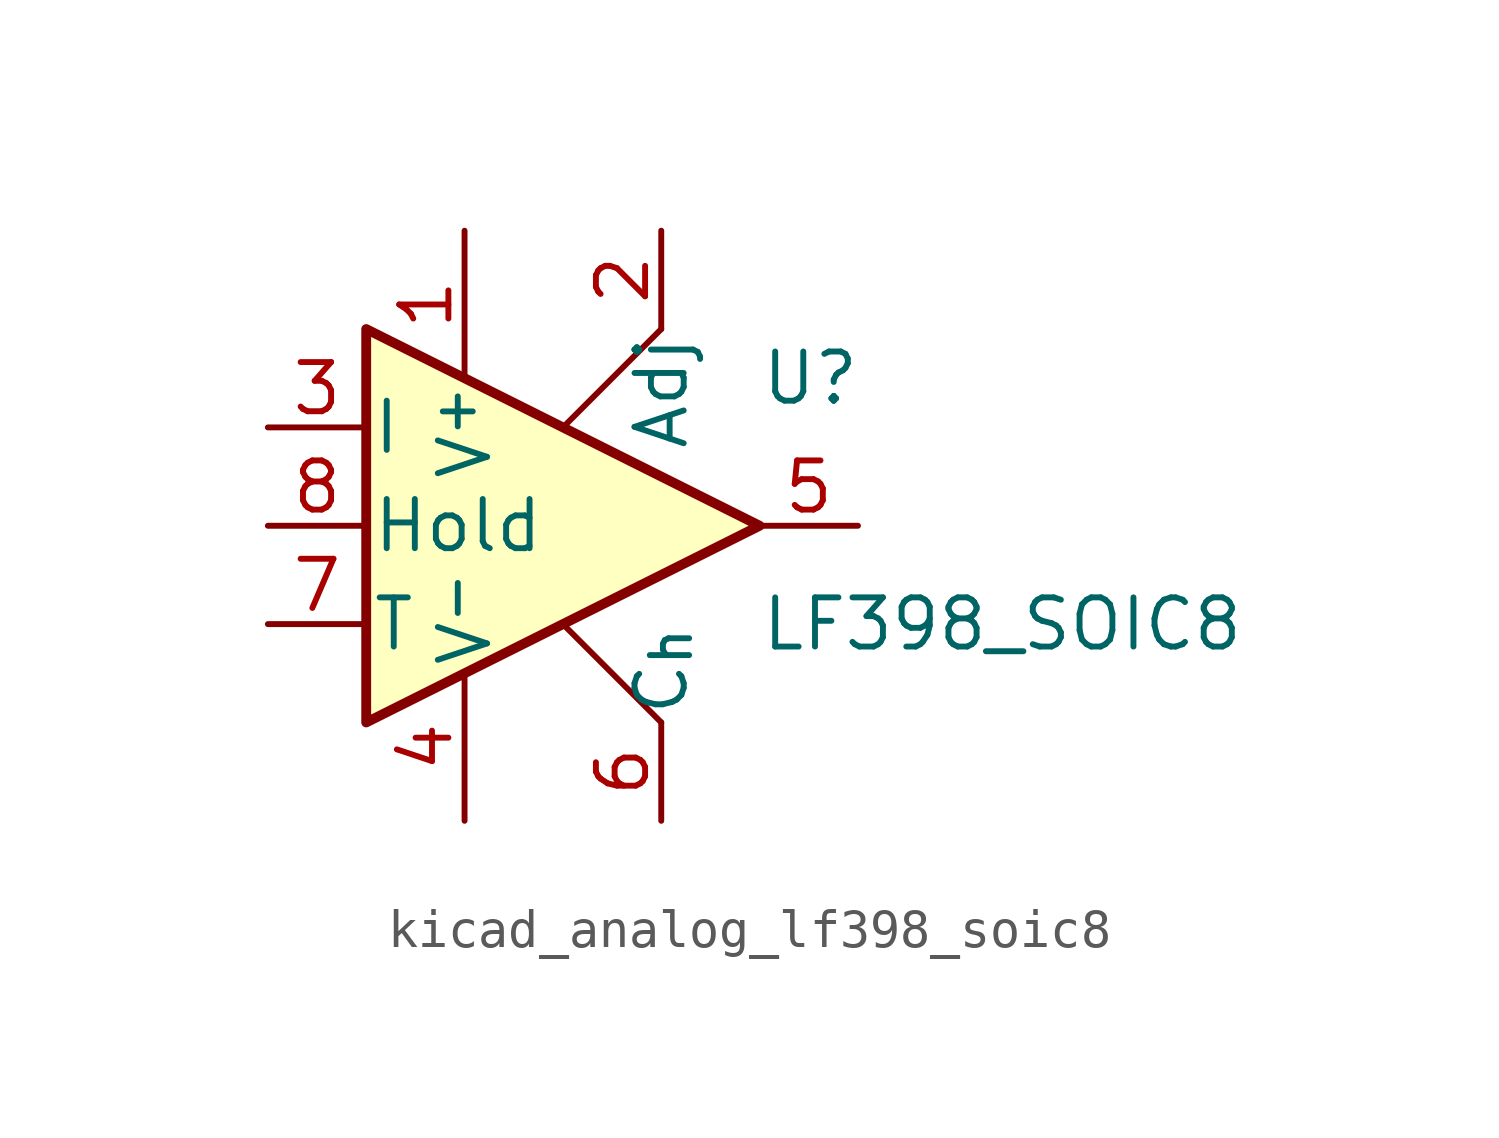
<source format=kicad_sym>
(kicad_symbol_lib
  (version 20220914)
  (generator kicad_symbol_editor)
  (symbol "kicad_analog_lf398_soic8"
    (pin_names
      (offset 0.127))
    (property "Reference" "U"
      (at 5.08 3.81 0)
      (effects (font (size 1.27 1.27)) (justify left)))
    (property "Value" "LF398_SOIC8"
      (at 5.08 -2.54 0)
      (effects (font (size 1.27 1.27)) (justify left)))
    (symbol "kicad_analog_lf398_soic8_0_1"
      (polyline (pts (xy 0 -2.54) (xy 2.54 -5.08)) (stroke (width 0) (type default)) (fill (type none)))
      (polyline (pts (xy 2.54 5.08) (xy 0 2.54)) (stroke (width 0) (type default)) (fill (type none)))
      (polyline (pts (xy -5.08 5.08) (xy 5.08 0) (xy -5.08 -5.08) (xy -5.08 5.08)) (stroke (width 0.254) (type default)) (fill (type background))))
    (symbol "kicad_analog_lf398_soic8_1_1"
      (pin passive line (at -2.54 7.62 270) (length 3.81) (name "V^{+}" (effects (font (size 1.27 1.27)))) (number "1" (effects (font (size 1.27 1.27)))))
      (pin passive line (at 2.54 7.62 270) (length 2.54) (name "Adj" (effects (font (size 1.27 1.27)))) (number "2" (effects (font (size 1.27 1.27)))))
      (pin input line (at -7.62 2.54 0) (length 2.54) (name "I" (effects (font (size 1.27 1.27)))) (number "3" (effects (font (size 1.27 1.27)))))
      (pin passive line (at -2.54 -7.62 90) (length 3.81) (name "V^{-}" (effects (font (size 1.27 1.27)))) (number "4" (effects (font (size 1.27 1.27)))))
      (pin output line (at 7.62 0 180) (length 2.54) (name "~" (effects (font (size 1.27 1.27)))) (number "5" (effects (font (size 1.27 1.27)))))
      (pin passive line (at 2.54 -7.62 90) (length 2.54) (name "C_{h}" (effects (font (size 1.27 1.27)))) (number "6" (effects (font (size 1.27 1.27)))))
      (pin passive line (at -7.62 -2.54 0) (length 2.54) (name "T" (effects (font (size 1.27 1.27)))) (number "7" (effects (font (size 1.27 1.27)))))
      (pin input line (at -7.62 0 0) (length 2.54) (name "Hold" (effects (font (size 1.27 1.27)))) (number "8" (effects (font (size 1.27 1.27))))))))
</source>
